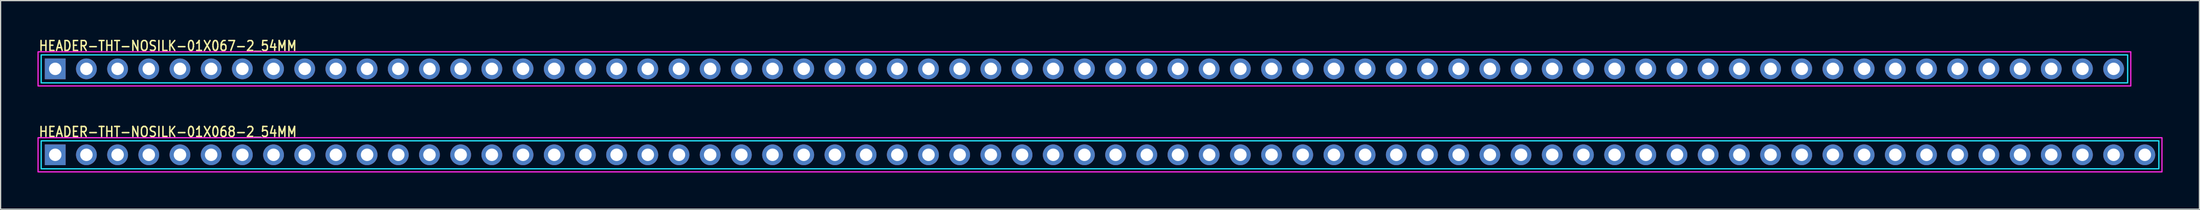
<source format=kicad_pcb>
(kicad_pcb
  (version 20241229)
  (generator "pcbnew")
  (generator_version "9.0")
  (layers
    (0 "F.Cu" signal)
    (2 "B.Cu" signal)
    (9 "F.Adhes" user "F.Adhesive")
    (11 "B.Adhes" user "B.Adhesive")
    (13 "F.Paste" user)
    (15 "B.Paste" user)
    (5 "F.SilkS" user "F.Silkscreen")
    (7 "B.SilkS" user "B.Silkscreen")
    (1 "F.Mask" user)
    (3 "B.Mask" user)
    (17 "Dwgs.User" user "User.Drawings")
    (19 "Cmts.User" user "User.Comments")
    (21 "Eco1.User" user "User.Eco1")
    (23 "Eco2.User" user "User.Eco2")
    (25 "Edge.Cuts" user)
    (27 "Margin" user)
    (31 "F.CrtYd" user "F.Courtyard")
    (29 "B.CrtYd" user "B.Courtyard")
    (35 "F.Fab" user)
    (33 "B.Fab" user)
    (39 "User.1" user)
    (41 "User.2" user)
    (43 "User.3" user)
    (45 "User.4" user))
  (footprint "HEADER-THT-NOSILK-01X068-2_54MM"
    (layer "F.Cu")
    (at 1.447 9.604)
    (property "Reference" "HEADER-THT-NOSILK-01X068-2_54MM" (at -1.4 -1.4 0) (unlocked yes) (layer "F.SilkS") (effects (font (size 0.813 0.695) (thickness 0.122)) (justify left bottom)))
    (fp_poly (pts (xy -1.143 -1.143) (xy 171.323 -1.143) (xy 171.323 1.143) (xy -1.143 1.143)) (stroke (width 0.1) (type solid)) (fill no) (layer "B.CrtYd"))
    (fp_poly (pts (xy -1.397 -1.397) (xy 171.577 -1.397) (xy 171.577 1.397) (xy -1.397 1.397)) (stroke (width 0.1) (type solid)) (fill no) (layer "F.CrtYd"))
    (pad "1" thru_hole rect (at 0 0) (size 1.693 1.693) (drill 1.016) (layers "*.Cu" "*.Mask"))
    (pad "2" thru_hole oval (at 2.54 0) (size 1.693 1.693) (drill 1.016) (layers "*.Cu" "*.Mask"))
    (pad "3" thru_hole oval (at 5.08 0) (size 1.693 1.693) (drill 1.016) (layers "*.Cu" "*.Mask"))
    (pad "4" thru_hole oval (at 7.62 0) (size 1.693 1.693) (drill 1.016) (layers "*.Cu" "*.Mask"))
    (pad "5" thru_hole oval (at 10.16 0) (size 1.693 1.693) (drill 1.016) (layers "*.Cu" "*.Mask"))
    (pad "6" thru_hole oval (at 12.7 0) (size 1.693 1.693) (drill 1.016) (layers "*.Cu" "*.Mask"))
    (pad "7" thru_hole oval (at 15.24 0) (size 1.693 1.693) (drill 1.016) (layers "*.Cu" "*.Mask"))
    (pad "8" thru_hole oval (at 17.78 0) (size 1.693 1.693) (drill 1.016) (layers "*.Cu" "*.Mask"))
    (pad "9" thru_hole oval (at 20.32 0) (size 1.693 1.693) (drill 1.016) (layers "*.Cu" "*.Mask"))
    (pad "10" thru_hole oval (at 22.86 0) (size 1.693 1.693) (drill 1.016) (layers "*.Cu" "*.Mask"))
    (pad "11" thru_hole oval (at 25.4 0) (size 1.693 1.693) (drill 1.016) (layers "*.Cu" "*.Mask"))
    (pad "12" thru_hole oval (at 27.94 0) (size 1.693 1.693) (drill 1.016) (layers "*.Cu" "*.Mask"))
    (pad "13" thru_hole oval (at 30.48 0) (size 1.693 1.693) (drill 1.016) (layers "*.Cu" "*.Mask"))
    (pad "14" thru_hole oval (at 33.02 0) (size 1.693 1.693) (drill 1.016) (layers "*.Cu" "*.Mask"))
    (pad "15" thru_hole oval (at 35.56 0) (size 1.693 1.693) (drill 1.016) (layers "*.Cu" "*.Mask"))
    (pad "16" thru_hole oval (at 38.1 0) (size 1.693 1.693) (drill 1.016) (layers "*.Cu" "*.Mask"))
    (pad "17" thru_hole oval (at 40.64 0) (size 1.693 1.693) (drill 1.016) (layers "*.Cu" "*.Mask"))
    (pad "18" thru_hole oval (at 43.18 0) (size 1.693 1.693) (drill 1.016) (layers "*.Cu" "*.Mask"))
    (pad "19" thru_hole oval (at 45.72 0) (size 1.693 1.693) (drill 1.016) (layers "*.Cu" "*.Mask"))
    (pad "20" thru_hole oval (at 48.26 0) (size 1.693 1.693) (drill 1.016) (layers "*.Cu" "*.Mask"))
    (pad "21" thru_hole oval (at 50.8 0) (size 1.693 1.693) (drill 1.016) (layers "*.Cu" "*.Mask"))
    (pad "22" thru_hole oval (at 53.34 0) (size 1.693 1.693) (drill 1.016) (layers "*.Cu" "*.Mask"))
    (pad "23" thru_hole oval (at 55.88 0) (size 1.693 1.693) (drill 1.016) (layers "*.Cu" "*.Mask"))
    (pad "24" thru_hole oval (at 58.42 0) (size 1.693 1.693) (drill 1.016) (layers "*.Cu" "*.Mask"))
    (pad "25" thru_hole oval (at 60.96 0) (size 1.693 1.693) (drill 1.016) (layers "*.Cu" "*.Mask"))
    (pad "26" thru_hole oval (at 63.5 0) (size 1.693 1.693) (drill 1.016) (layers "*.Cu" "*.Mask"))
    (pad "27" thru_hole oval (at 66.04 0) (size 1.693 1.693) (drill 1.016) (layers "*.Cu" "*.Mask"))
    (pad "28" thru_hole oval (at 68.58 0) (size 1.693 1.693) (drill 1.016) (layers "*.Cu" "*.Mask"))
    (pad "29" thru_hole oval (at 71.12 0) (size 1.693 1.693) (drill 1.016) (layers "*.Cu" "*.Mask"))
    (pad "30" thru_hole oval (at 73.66 0) (size 1.693 1.693) (drill 1.016) (layers "*.Cu" "*.Mask"))
    (pad "31" thru_hole oval (at 76.2 0) (size 1.693 1.693) (drill 1.016) (layers "*.Cu" "*.Mask"))
    (pad "32" thru_hole oval (at 78.74 0) (size 1.693 1.693) (drill 1.016) (layers "*.Cu" "*.Mask"))
    (pad "33" thru_hole oval (at 81.28 0) (size 1.693 1.693) (drill 1.016) (layers "*.Cu" "*.Mask"))
    (pad "34" thru_hole oval (at 83.82 0) (size 1.693 1.693) (drill 1.016) (layers "*.Cu" "*.Mask"))
    (pad "35" thru_hole oval (at 86.36 0) (size 1.693 1.693) (drill 1.016) (layers "*.Cu" "*.Mask"))
    (pad "36" thru_hole oval (at 88.9 0) (size 1.693 1.693) (drill 1.016) (layers "*.Cu" "*.Mask"))
    (pad "37" thru_hole oval (at 91.44 0) (size 1.693 1.693) (drill 1.016) (layers "*.Cu" "*.Mask"))
    (pad "38" thru_hole oval (at 93.98 0) (size 1.693 1.693) (drill 1.016) (layers "*.Cu" "*.Mask"))
    (pad "39" thru_hole oval (at 96.52 0) (size 1.693 1.693) (drill 1.016) (layers "*.Cu" "*.Mask"))
    (pad "40" thru_hole oval (at 99.06 0) (size 1.693 1.693) (drill 1.016) (layers "*.Cu" "*.Mask"))
    (pad "41" thru_hole oval (at 101.6 0) (size 1.693 1.693) (drill 1.016) (layers "*.Cu" "*.Mask"))
    (pad "42" thru_hole oval (at 104.14 0) (size 1.693 1.693) (drill 1.016) (layers "*.Cu" "*.Mask"))
    (pad "43" thru_hole oval (at 106.68 0) (size 1.693 1.693) (drill 1.016) (layers "*.Cu" "*.Mask"))
    (pad "44" thru_hole oval (at 109.22 0) (size 1.693 1.693) (drill 1.016) (layers "*.Cu" "*.Mask"))
    (pad "45" thru_hole oval (at 111.76 0) (size 1.693 1.693) (drill 1.016) (layers "*.Cu" "*.Mask"))
    (pad "46" thru_hole oval (at 114.3 0) (size 1.693 1.693) (drill 1.016) (layers "*.Cu" "*.Mask"))
    (pad "47" thru_hole oval (at 116.84 0) (size 1.693 1.693) (drill 1.016) (layers "*.Cu" "*.Mask"))
    (pad "48" thru_hole oval (at 119.38 0) (size 1.693 1.693) (drill 1.016) (layers "*.Cu" "*.Mask"))
    (pad "49" thru_hole oval (at 121.92 0) (size 1.693 1.693) (drill 1.016) (layers "*.Cu" "*.Mask"))
    (pad "50" thru_hole oval (at 124.46 0) (size 1.693 1.693) (drill 1.016) (layers "*.Cu" "*.Mask"))
    (pad "51" thru_hole oval (at 127 0) (size 1.693 1.693) (drill 1.016) (layers "*.Cu" "*.Mask"))
    (pad "52" thru_hole oval (at 129.54 0) (size 1.693 1.693) (drill 1.016) (layers "*.Cu" "*.Mask"))
    (pad "53" thru_hole oval (at 132.08 0) (size 1.693 1.693) (drill 1.016) (layers "*.Cu" "*.Mask"))
    (pad "54" thru_hole oval (at 134.62 0) (size 1.693 1.693) (drill 1.016) (layers "*.Cu" "*.Mask"))
    (pad "55" thru_hole oval (at 137.16 0) (size 1.693 1.693) (drill 1.016) (layers "*.Cu" "*.Mask"))
    (pad "56" thru_hole oval (at 139.7 0) (size 1.693 1.693) (drill 1.016) (layers "*.Cu" "*.Mask"))
    (pad "57" thru_hole oval (at 142.24 0) (size 1.693 1.693) (drill 1.016) (layers "*.Cu" "*.Mask"))
    (pad "58" thru_hole oval (at 144.78 0) (size 1.693 1.693) (drill 1.016) (layers "*.Cu" "*.Mask"))
    (pad "59" thru_hole oval (at 147.32 0) (size 1.693 1.693) (drill 1.016) (layers "*.Cu" "*.Mask"))
    (pad "60" thru_hole oval (at 149.86 0) (size 1.693 1.693) (drill 1.016) (layers "*.Cu" "*.Mask"))
    (pad "61" thru_hole oval (at 152.4 0) (size 1.693 1.693) (drill 1.016) (layers "*.Cu" "*.Mask"))
    (pad "62" thru_hole oval (at 154.94 0) (size 1.693 1.693) (drill 1.016) (layers "*.Cu" "*.Mask"))
    (pad "63" thru_hole oval (at 157.48 0) (size 1.693 1.693) (drill 1.016) (layers "*.Cu" "*.Mask"))
    (pad "64" thru_hole oval (at 160.02 0) (size 1.693 1.693) (drill 1.016) (layers "*.Cu" "*.Mask"))
    (pad "65" thru_hole oval (at 162.56 0) (size 1.693 1.693) (drill 1.016) (layers "*.Cu" "*.Mask"))
    (pad "66" thru_hole oval (at 165.1 0) (size 1.693 1.693) (drill 1.016) (layers "*.Cu" "*.Mask"))
    (pad "67" thru_hole oval (at 167.64 0) (size 1.693 1.693) (drill 1.016) (layers "*.Cu" "*.Mask"))
    (pad "68" thru_hole oval (at 170.18 0) (size 1.693 1.693) (drill 1.016) (layers "*.Cu" "*.Mask")))
  (footprint "HEADER-THT-NOSILK-01X067-2_54MM"
    (layer "F.Cu")
    (at 1.447 2.579)
    (property "Reference" "HEADER-THT-NOSILK-01X067-2_54MM" (at -1.4 -1.4 0) (unlocked yes) (layer "F.SilkS") (effects (font (size 0.813 0.695) (thickness 0.122)) (justify left bottom)))
    (fp_poly (pts (xy -1.143 -1.143) (xy 168.783 -1.143) (xy 168.783 1.143) (xy -1.143 1.143)) (stroke (width 0.1) (type solid)) (fill no) (layer "B.CrtYd"))
    (fp_poly (pts (xy -1.397 -1.397) (xy 169.037 -1.397) (xy 169.037 1.397) (xy -1.397 1.397)) (stroke (width 0.1) (type solid)) (fill no) (layer "F.CrtYd"))
    (pad "1" thru_hole rect (at 0 0) (size 1.693 1.693) (drill 1.016) (layers "*.Cu" "*.Mask"))
    (pad "2" thru_hole oval (at 2.54 0) (size 1.693 1.693) (drill 1.016) (layers "*.Cu" "*.Mask"))
    (pad "3" thru_hole oval (at 5.08 0) (size 1.693 1.693) (drill 1.016) (layers "*.Cu" "*.Mask"))
    (pad "4" thru_hole oval (at 7.62 0) (size 1.693 1.693) (drill 1.016) (layers "*.Cu" "*.Mask"))
    (pad "5" thru_hole oval (at 10.16 0) (size 1.693 1.693) (drill 1.016) (layers "*.Cu" "*.Mask"))
    (pad "6" thru_hole oval (at 12.7 0) (size 1.693 1.693) (drill 1.016) (layers "*.Cu" "*.Mask"))
    (pad "7" thru_hole oval (at 15.24 0) (size 1.693 1.693) (drill 1.016) (layers "*.Cu" "*.Mask"))
    (pad "8" thru_hole oval (at 17.78 0) (size 1.693 1.693) (drill 1.016) (layers "*.Cu" "*.Mask"))
    (pad "9" thru_hole oval (at 20.32 0) (size 1.693 1.693) (drill 1.016) (layers "*.Cu" "*.Mask"))
    (pad "10" thru_hole oval (at 22.86 0) (size 1.693 1.693) (drill 1.016) (layers "*.Cu" "*.Mask"))
    (pad "11" thru_hole oval (at 25.4 0) (size 1.693 1.693) (drill 1.016) (layers "*.Cu" "*.Mask"))
    (pad "12" thru_hole oval (at 27.94 0) (size 1.693 1.693) (drill 1.016) (layers "*.Cu" "*.Mask"))
    (pad "13" thru_hole oval (at 30.48 0) (size 1.693 1.693) (drill 1.016) (layers "*.Cu" "*.Mask"))
    (pad "14" thru_hole oval (at 33.02 0) (size 1.693 1.693) (drill 1.016) (layers "*.Cu" "*.Mask"))
    (pad "15" thru_hole oval (at 35.56 0) (size 1.693 1.693) (drill 1.016) (layers "*.Cu" "*.Mask"))
    (pad "16" thru_hole oval (at 38.1 0) (size 1.693 1.693) (drill 1.016) (layers "*.Cu" "*.Mask"))
    (pad "17" thru_hole oval (at 40.64 0) (size 1.693 1.693) (drill 1.016) (layers "*.Cu" "*.Mask"))
    (pad "18" thru_hole oval (at 43.18 0) (size 1.693 1.693) (drill 1.016) (layers "*.Cu" "*.Mask"))
    (pad "19" thru_hole oval (at 45.72 0) (size 1.693 1.693) (drill 1.016) (layers "*.Cu" "*.Mask"))
    (pad "20" thru_hole oval (at 48.26 0) (size 1.693 1.693) (drill 1.016) (layers "*.Cu" "*.Mask"))
    (pad "21" thru_hole oval (at 50.8 0) (size 1.693 1.693) (drill 1.016) (layers "*.Cu" "*.Mask"))
    (pad "22" thru_hole oval (at 53.34 0) (size 1.693 1.693) (drill 1.016) (layers "*.Cu" "*.Mask"))
    (pad "23" thru_hole oval (at 55.88 0) (size 1.693 1.693) (drill 1.016) (layers "*.Cu" "*.Mask"))
    (pad "24" thru_hole oval (at 58.42 0) (size 1.693 1.693) (drill 1.016) (layers "*.Cu" "*.Mask"))
    (pad "25" thru_hole oval (at 60.96 0) (size 1.693 1.693) (drill 1.016) (layers "*.Cu" "*.Mask"))
    (pad "26" thru_hole oval (at 63.5 0) (size 1.693 1.693) (drill 1.016) (layers "*.Cu" "*.Mask"))
    (pad "27" thru_hole oval (at 66.04 0) (size 1.693 1.693) (drill 1.016) (layers "*.Cu" "*.Mask"))
    (pad "28" thru_hole oval (at 68.58 0) (size 1.693 1.693) (drill 1.016) (layers "*.Cu" "*.Mask"))
    (pad "29" thru_hole oval (at 71.12 0) (size 1.693 1.693) (drill 1.016) (layers "*.Cu" "*.Mask"))
    (pad "30" thru_hole oval (at 73.66 0) (size 1.693 1.693) (drill 1.016) (layers "*.Cu" "*.Mask"))
    (pad "31" thru_hole oval (at 76.2 0) (size 1.693 1.693) (drill 1.016) (layers "*.Cu" "*.Mask"))
    (pad "32" thru_hole oval (at 78.74 0) (size 1.693 1.693) (drill 1.016) (layers "*.Cu" "*.Mask"))
    (pad "33" thru_hole oval (at 81.28 0) (size 1.693 1.693) (drill 1.016) (layers "*.Cu" "*.Mask"))
    (pad "34" thru_hole oval (at 83.82 0) (size 1.693 1.693) (drill 1.016) (layers "*.Cu" "*.Mask"))
    (pad "35" thru_hole oval (at 86.36 0) (size 1.693 1.693) (drill 1.016) (layers "*.Cu" "*.Mask"))
    (pad "36" thru_hole oval (at 88.9 0) (size 1.693 1.693) (drill 1.016) (layers "*.Cu" "*.Mask"))
    (pad "37" thru_hole oval (at 91.44 0) (size 1.693 1.693) (drill 1.016) (layers "*.Cu" "*.Mask"))
    (pad "38" thru_hole oval (at 93.98 0) (size 1.693 1.693) (drill 1.016) (layers "*.Cu" "*.Mask"))
    (pad "39" thru_hole oval (at 96.52 0) (size 1.693 1.693) (drill 1.016) (layers "*.Cu" "*.Mask"))
    (pad "40" thru_hole oval (at 99.06 0) (size 1.693 1.693) (drill 1.016) (layers "*.Cu" "*.Mask"))
    (pad "41" thru_hole oval (at 101.6 0) (size 1.693 1.693) (drill 1.016) (layers "*.Cu" "*.Mask"))
    (pad "42" thru_hole oval (at 104.14 0) (size 1.693 1.693) (drill 1.016) (layers "*.Cu" "*.Mask"))
    (pad "43" thru_hole oval (at 106.68 0) (size 1.693 1.693) (drill 1.016) (layers "*.Cu" "*.Mask"))
    (pad "44" thru_hole oval (at 109.22 0) (size 1.693 1.693) (drill 1.016) (layers "*.Cu" "*.Mask"))
    (pad "45" thru_hole oval (at 111.76 0) (size 1.693 1.693) (drill 1.016) (layers "*.Cu" "*.Mask"))
    (pad "46" thru_hole oval (at 114.3 0) (size 1.693 1.693) (drill 1.016) (layers "*.Cu" "*.Mask"))
    (pad "47" thru_hole oval (at 116.84 0) (size 1.693 1.693) (drill 1.016) (layers "*.Cu" "*.Mask"))
    (pad "48" thru_hole oval (at 119.38 0) (size 1.693 1.693) (drill 1.016) (layers "*.Cu" "*.Mask"))
    (pad "49" thru_hole oval (at 121.92 0) (size 1.693 1.693) (drill 1.016) (layers "*.Cu" "*.Mask"))
    (pad "50" thru_hole oval (at 124.46 0) (size 1.693 1.693) (drill 1.016) (layers "*.Cu" "*.Mask"))
    (pad "51" thru_hole oval (at 127 0) (size 1.693 1.693) (drill 1.016) (layers "*.Cu" "*.Mask"))
    (pad "52" thru_hole oval (at 129.54 0) (size 1.693 1.693) (drill 1.016) (layers "*.Cu" "*.Mask"))
    (pad "53" thru_hole oval (at 132.08 0) (size 1.693 1.693) (drill 1.016) (layers "*.Cu" "*.Mask"))
    (pad "54" thru_hole oval (at 134.62 0) (size 1.693 1.693) (drill 1.016) (layers "*.Cu" "*.Mask"))
    (pad "55" thru_hole oval (at 137.16 0) (size 1.693 1.693) (drill 1.016) (layers "*.Cu" "*.Mask"))
    (pad "56" thru_hole oval (at 139.7 0) (size 1.693 1.693) (drill 1.016) (layers "*.Cu" "*.Mask"))
    (pad "57" thru_hole oval (at 142.24 0) (size 1.693 1.693) (drill 1.016) (layers "*.Cu" "*.Mask"))
    (pad "58" thru_hole oval (at 144.78 0) (size 1.693 1.693) (drill 1.016) (layers "*.Cu" "*.Mask"))
    (pad "59" thru_hole oval (at 147.32 0) (size 1.693 1.693) (drill 1.016) (layers "*.Cu" "*.Mask"))
    (pad "60" thru_hole oval (at 149.86 0) (size 1.693 1.693) (drill 1.016) (layers "*.Cu" "*.Mask"))
    (pad "61" thru_hole oval (at 152.4 0) (size 1.693 1.693) (drill 1.016) (layers "*.Cu" "*.Mask"))
    (pad "62" thru_hole oval (at 154.94 0) (size 1.693 1.693) (drill 1.016) (layers "*.Cu" "*.Mask"))
    (pad "63" thru_hole oval (at 157.48 0) (size 1.693 1.693) (drill 1.016) (layers "*.Cu" "*.Mask"))
    (pad "64" thru_hole oval (at 160.02 0) (size 1.693 1.693) (drill 1.016) (layers "*.Cu" "*.Mask"))
    (pad "65" thru_hole oval (at 162.56 0) (size 1.693 1.693) (drill 1.016) (layers "*.Cu" "*.Mask"))
    (pad "66" thru_hole oval (at 165.1 0) (size 1.693 1.693) (drill 1.016) (layers "*.Cu" "*.Mask"))
    (pad "67" thru_hole oval (at 167.64 0) (size 1.693 1.693) (drill 1.016) (layers "*.Cu" "*.Mask")))
  (gr_rect
    (start -3 -3)
    (end 176.074 14.051)
    (stroke (width 0.1) (type default))
    (fill no)
    (layer "Edge.Cuts")))
</source>
